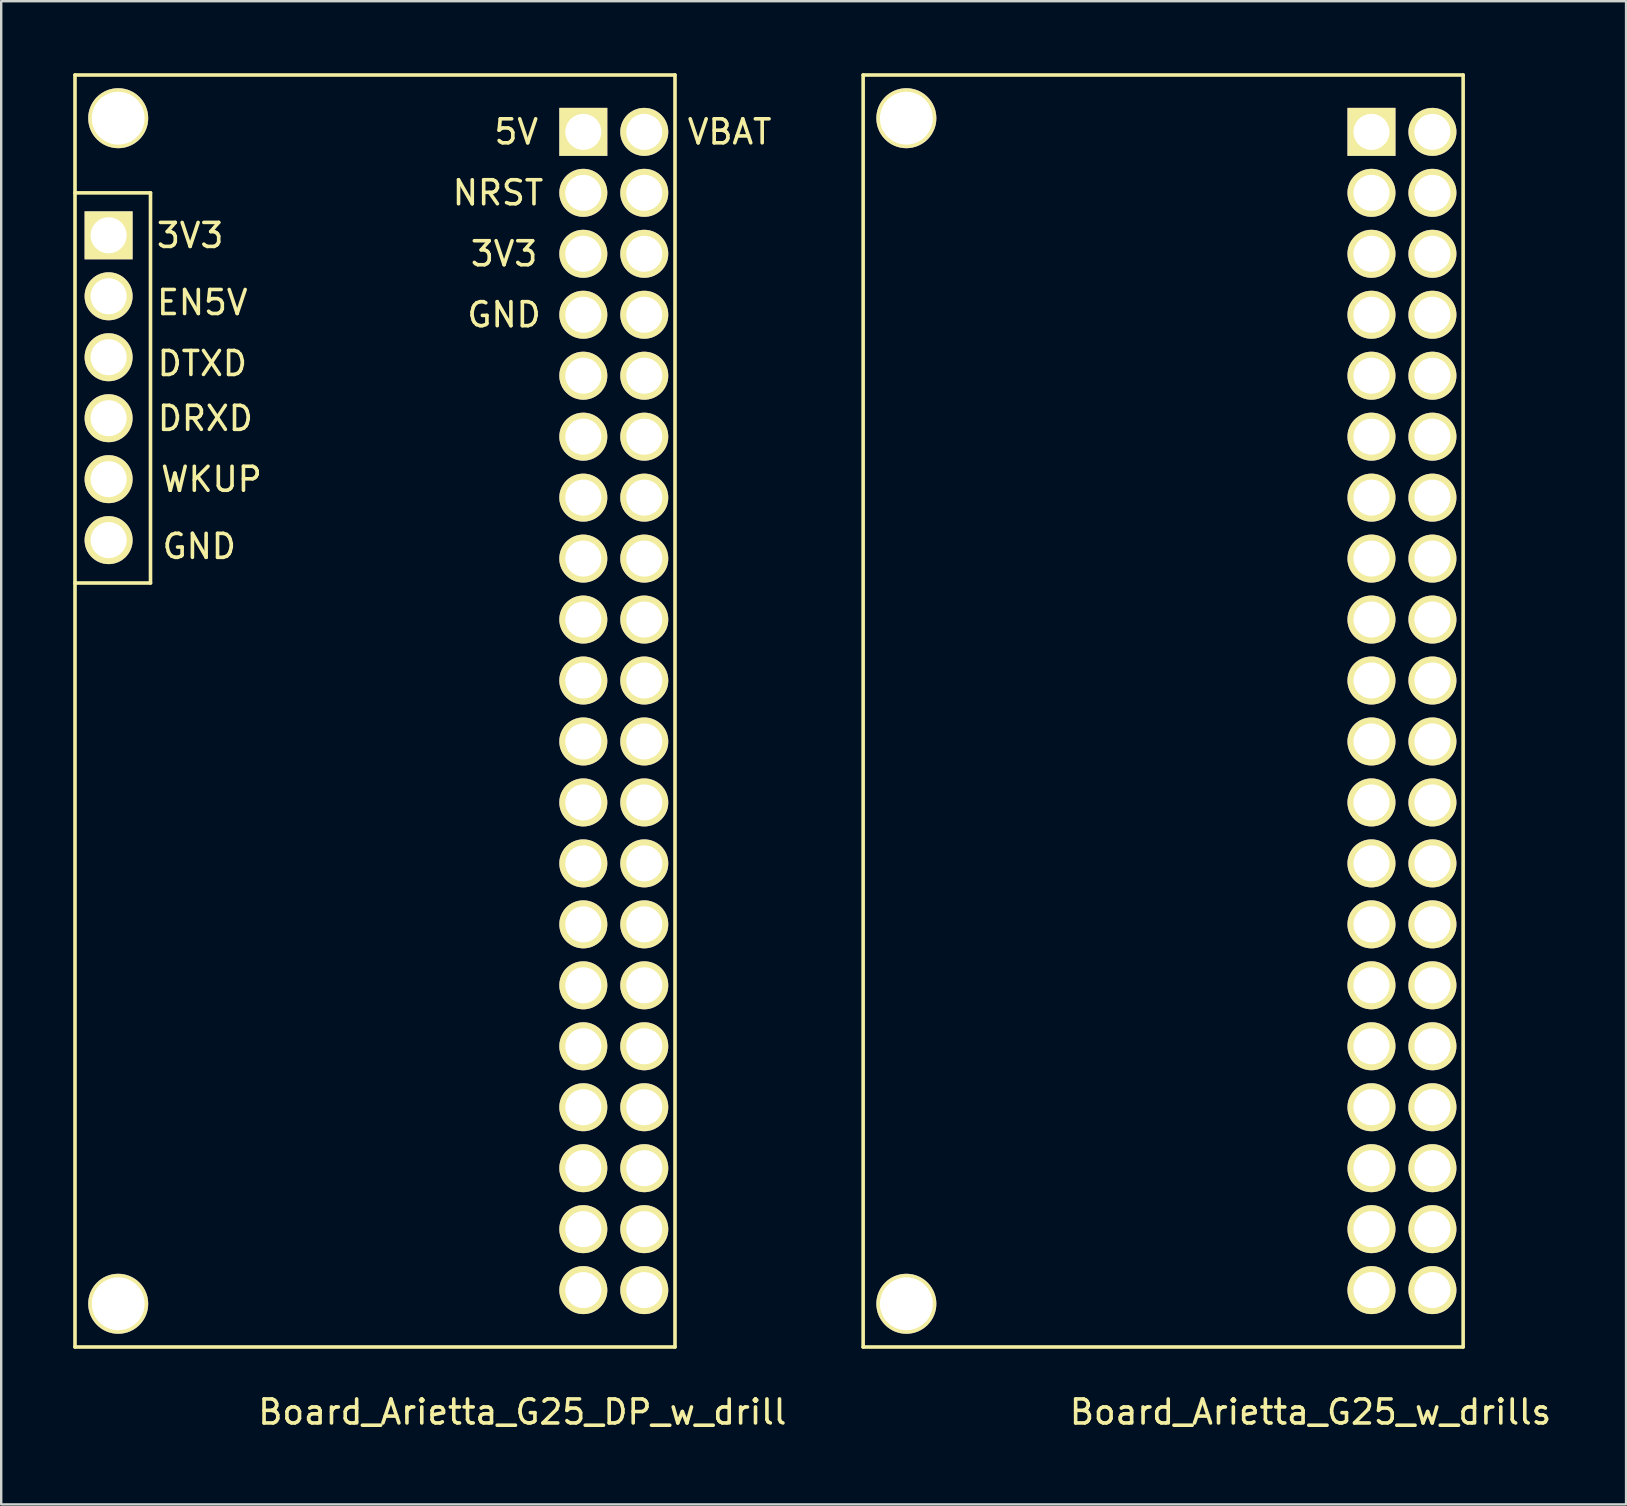
<source format=kicad_pcb>
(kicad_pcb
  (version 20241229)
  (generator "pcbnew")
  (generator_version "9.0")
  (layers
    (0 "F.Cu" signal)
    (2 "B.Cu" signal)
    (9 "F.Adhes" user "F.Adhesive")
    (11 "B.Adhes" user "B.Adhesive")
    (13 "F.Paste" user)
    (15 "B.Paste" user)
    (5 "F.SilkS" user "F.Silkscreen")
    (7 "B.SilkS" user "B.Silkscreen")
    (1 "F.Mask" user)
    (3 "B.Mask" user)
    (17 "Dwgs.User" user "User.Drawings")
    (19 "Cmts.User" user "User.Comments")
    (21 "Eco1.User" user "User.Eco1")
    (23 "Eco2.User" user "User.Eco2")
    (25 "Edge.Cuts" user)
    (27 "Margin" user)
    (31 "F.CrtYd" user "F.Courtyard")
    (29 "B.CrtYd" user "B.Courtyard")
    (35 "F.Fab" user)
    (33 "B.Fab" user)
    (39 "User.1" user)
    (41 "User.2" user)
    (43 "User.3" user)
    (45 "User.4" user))
  (footprint "Board_Arietta_G25_DP_w_drill"
    (layer "F.Cu")
    (at 11.095 25.305)
    (property "Reference" "Board_Arietta_G25_DP_w_drill" (at 7.62 30.48 0) (layer "F.SilkS") (effects (font (size 1 1) (thickness 0.15))))
    (attr through_hole)
    (fp_line (start -11.02 -25.23) (end -11.02 27.77) (stroke (width 0.15) (type solid)) (layer "F.SilkS"))
    (fp_line (start -11.02 -20.32) (end -7.874 -20.32) (stroke (width 0.15) (type solid)) (layer "F.SilkS"))
    (fp_line (start -11.02 27.77) (end 13.98 27.77) (stroke (width 0.15) (type solid)) (layer "F.SilkS"))
    (fp_line (start -7.874 -20.32) (end -7.874 -4.064) (stroke (width 0.15) (type solid)) (layer "F.SilkS"))
    (fp_line (start -7.874 -4.064) (end -11.02 -4.064) (stroke (width 0.15) (type solid)) (layer "F.SilkS"))
    (fp_line (start 13.98 -25.23) (end -11.02 -25.23) (stroke (width 0.15) (type solid)) (layer "F.SilkS"))
    (fp_line (start 13.98 -25.23) (end 13.98 27.77) (stroke (width 0.15) (type solid)) (layer "F.SilkS"))
    (fp_text user "GND" (at -5.842 -5.588 0) (layer "F.SilkS") (effects (font (size 1 1) (thickness 0.15))))
    (fp_text user "GND" (at 6.858 -15.24 0) (layer "F.SilkS") (effects (font (size 1 1) (thickness 0.15))))
    (fp_text user "NRST" (at 6.604 -20.32 0) (layer "F.SilkS") (effects (font (size 1 1) (thickness 0.15))))
    (fp_text user "DRXD" (at -5.588 -10.922 0) (layer "F.SilkS") (effects (font (size 1 1) (thickness 0.15))))
    (fp_text user "EN5V" (at -5.715 -15.748 0) (layer "F.SilkS") (effects (font (size 1 1) (thickness 0.15))))
    (fp_text user "3V3" (at 6.858 -17.78 0) (layer "F.SilkS") (effects (font (size 1 1) (thickness 0.15))))
    (fp_text user "WKUP" (at -5.334 -8.382 0) (layer "F.SilkS") (effects (font (size 1 1) (thickness 0.15))))
    (fp_text user "3V3" (at -6.223 -18.542 0) (layer "F.SilkS") (effects (font (size 1 1) (thickness 0.15))))
    (fp_text user "VBAT" (at 16.256 -22.86 0) (layer "F.SilkS") (effects (font (size 1 1) (thickness 0.15))))
    (fp_text user "5V" (at 7.366 -22.86 0) (layer "F.SilkS") (effects (font (size 1 1) (thickness 0.15))))
    (fp_text user "DTXD" (at -5.715 -13.208 0) (layer "F.SilkS") (effects (font (size 1 1) (thickness 0.15))))
    (pad "" np_thru_hole circle (at -9.22 -23.43) (size 2.5 2.5) (drill 2.2) (layers "*.Cu" "*.Mask" "F.SilkS"))
    (pad "" np_thru_hole circle (at -9.22 25.97) (size 2.5 2.5) (drill 2.2) (layers "*.Cu" "*.Mask" "F.SilkS"))
    (pad "1" thru_hole rect (at 10.16 -22.86) (size 2 2) (drill 1.5) (layers "*.Cu" "*.Mask" "F.SilkS"))
    (pad "2" thru_hole circle (at 12.7 -22.86) (size 2 2) (drill 1.5) (layers "*.Cu" "*.Mask" "F.SilkS"))
    (pad "3" thru_hole circle (at 10.16 -20.32) (size 2 2) (drill 1.5) (layers "*.Cu" "*.Mask" "F.SilkS"))
    (pad "4" thru_hole circle (at 12.7 -20.32) (size 2 2) (drill 1.5) (layers "*.Cu" "*.Mask" "F.SilkS"))
    (pad "5" thru_hole circle (at 10.16 -17.78) (size 2 2) (drill 1.5) (layers "*.Cu" "*.Mask" "F.SilkS"))
    (pad "6" thru_hole circle (at 12.7 -17.78) (size 2 2) (drill 1.5) (layers "*.Cu" "*.Mask" "F.SilkS"))
    (pad "7" thru_hole circle (at 10.16 -15.24) (size 2 2) (drill 1.5) (layers "*.Cu" "*.Mask" "F.SilkS"))
    (pad "8" thru_hole circle (at 12.7 -15.24) (size 2 2) (drill 1.5) (layers "*.Cu" "*.Mask" "F.SilkS"))
    (pad "9" thru_hole circle (at 10.16 -12.7) (size 2 2) (drill 1.5) (layers "*.Cu" "*.Mask" "F.SilkS"))
    (pad "10" thru_hole circle (at 12.7 -12.7) (size 2 2) (drill 1.5) (layers "*.Cu" "*.Mask" "F.SilkS"))
    (pad "11" thru_hole circle (at 10.16 -10.16) (size 2 2) (drill 1.5) (layers "*.Cu" "*.Mask" "F.SilkS"))
    (pad "12" thru_hole circle (at 12.7 -10.16) (size 2 2) (drill 1.5) (layers "*.Cu" "*.Mask" "F.SilkS"))
    (pad "13" thru_hole circle (at 10.16 -7.62) (size 2 2) (drill 1.5) (layers "*.Cu" "*.Mask" "F.SilkS"))
    (pad "14" thru_hole circle (at 12.7 -7.62) (size 2 2) (drill 1.5) (layers "*.Cu" "*.Mask" "F.SilkS"))
    (pad "15" thru_hole circle (at 10.16 -5.08) (size 2 2) (drill 1.5) (layers "*.Cu" "*.Mask" "F.SilkS"))
    (pad "16" thru_hole circle (at 12.7 -5.08) (size 2 2) (drill 1.5) (layers "*.Cu" "*.Mask" "F.SilkS"))
    (pad "17" thru_hole circle (at 10.16 -2.54) (size 2 2) (drill 1.5) (layers "*.Cu" "*.Mask" "F.SilkS"))
    (pad "18" thru_hole circle (at 12.7 -2.54) (size 2 2) (drill 1.5) (layers "*.Cu" "*.Mask" "F.SilkS"))
    (pad "19" thru_hole circle (at 10.16 0) (size 2 2) (drill 1.5) (layers "*.Cu" "*.Mask" "F.SilkS"))
    (pad "20" thru_hole circle (at 12.7 0) (size 2 2) (drill 1.5) (layers "*.Cu" "*.Mask" "F.SilkS"))
    (pad "21" thru_hole circle (at 10.16 2.54) (size 2 2) (drill 1.5) (layers "*.Cu" "*.Mask" "F.SilkS"))
    (pad "22" thru_hole circle (at 12.7 2.54) (size 2 2) (drill 1.5) (layers "*.Cu" "*.Mask" "F.SilkS"))
    (pad "23" thru_hole circle (at 10.16 5.08) (size 2 2) (drill 1.5) (layers "*.Cu" "*.Mask" "F.SilkS"))
    (pad "24" thru_hole circle (at 12.7 5.08) (size 2 2) (drill 1.5) (layers "*.Cu" "*.Mask" "F.SilkS"))
    (pad "25" thru_hole circle (at 10.16 7.62) (size 2 2) (drill 1.5) (layers "*.Cu" "*.Mask" "F.SilkS"))
    (pad "26" thru_hole circle (at 12.7 7.62) (size 2 2) (drill 1.5) (layers "*.Cu" "*.Mask" "F.SilkS"))
    (pad "27" thru_hole circle (at 10.16 10.16) (size 2 2) (drill 1.5) (layers "*.Cu" "*.Mask" "F.SilkS"))
    (pad "28" thru_hole circle (at 12.7 10.16) (size 2 2) (drill 1.5) (layers "*.Cu" "*.Mask" "F.SilkS"))
    (pad "29" thru_hole circle (at 10.16 12.7) (size 2 2) (drill 1.5) (layers "*.Cu" "*.Mask" "F.SilkS"))
    (pad "30" thru_hole circle (at 12.7 12.7) (size 2 2) (drill 1.5) (layers "*.Cu" "*.Mask" "F.SilkS"))
    (pad "31" thru_hole circle (at 10.16 15.24) (size 2 2) (drill 1.5) (layers "*.Cu" "*.Mask" "F.SilkS"))
    (pad "32" thru_hole circle (at 12.7 15.24) (size 2 2) (drill 1.5) (layers "*.Cu" "*.Mask" "F.SilkS"))
    (pad "33" thru_hole circle (at 10.16 17.78) (size 2 2) (drill 1.5) (layers "*.Cu" "*.Mask" "F.SilkS"))
    (pad "34" thru_hole circle (at 12.7 17.78) (size 2 2) (drill 1.5) (layers "*.Cu" "*.Mask" "F.SilkS"))
    (pad "35" thru_hole circle (at 10.16 20.32) (size 2 2) (drill 1.5) (layers "*.Cu" "*.Mask" "F.SilkS"))
    (pad "36" thru_hole circle (at 12.7 20.32) (size 2 2) (drill 1.5) (layers "*.Cu" "*.Mask" "F.SilkS"))
    (pad "37" thru_hole circle (at 10.16 22.86) (size 2 2) (drill 1.5) (layers "*.Cu" "*.Mask" "F.SilkS"))
    (pad "38" thru_hole circle (at 12.7 22.86) (size 2 2) (drill 1.5) (layers "*.Cu" "*.Mask" "F.SilkS"))
    (pad "39" thru_hole circle (at 10.16 25.4) (size 2 2) (drill 1.5) (layers "*.Cu" "*.Mask" "F.SilkS"))
    (pad "40" thru_hole circle (at 12.7 25.4) (size 2 2) (drill 1.5) (layers "*.Cu" "*.Mask" "F.SilkS"))
    (pad "DP1" thru_hole rect (at -9.62 -18.55) (size 2 2) (drill 1.5) (layers "*.Cu" "*.Mask" "F.SilkS"))
    (pad "DP2" thru_hole circle (at -9.62 -16.01) (size 2 2) (drill 1.5) (layers "*.Cu" "*.Mask" "F.SilkS"))
    (pad "DP3" thru_hole circle (at -9.62 -13.47) (size 2 2) (drill 1.5) (layers "*.Cu" "*.Mask" "F.SilkS"))
    (pad "DP4" thru_hole circle (at -9.62 -10.93) (size 2 2) (drill 1.5) (layers "*.Cu" "*.Mask" "F.SilkS"))
    (pad "DP5" thru_hole circle (at -9.62 -8.39) (size 2 2) (drill 1.5) (layers "*.Cu" "*.Mask" "F.SilkS"))
    (pad "DP6" thru_hole circle (at -9.62 -5.85) (size 2 2) (drill 1.5) (layers "*.Cu" "*.Mask" "F.SilkS")))
  (footprint "Board_Arietta_G25_w_drills"
    (layer "F.Cu")
    (at 43.935 25.305)
    (property "Reference" "Board_Arietta_G25_w_drills" (at 7.62 30.48 0) (layer "F.SilkS") (effects (font (size 1 1) (thickness 0.15))))
    (attr through_hole)
    (fp_line (start -11.02 -25.23) (end -11.02 27.77) (stroke (width 0.15) (type solid)) (layer "F.SilkS"))
    (fp_line (start -11.02 27.77) (end 13.98 27.77) (stroke (width 0.15) (type solid)) (layer "F.SilkS"))
    (fp_line (start 13.98 -25.23) (end -11.02 -25.23) (stroke (width 0.15) (type solid)) (layer "F.SilkS"))
    (fp_line (start 13.98 -25.23) (end 13.98 27.77) (stroke (width 0.15) (type solid)) (layer "F.SilkS"))
    (pad "" np_thru_hole circle (at -9.22 -23.43) (size 2.5 2.5) (drill 2.2) (layers "*.Cu" "*.Mask" "F.SilkS"))
    (pad "" np_thru_hole circle (at -9.22 25.97) (size 2.5 2.5) (drill 2.2) (layers "*.Cu" "*.Mask" "F.SilkS"))
    (pad "1" thru_hole rect (at 10.16 -22.86) (size 2 2) (drill 1.5) (layers "*.Cu" "*.Mask" "F.SilkS"))
    (pad "2" thru_hole circle (at 12.7 -22.86) (size 2 2) (drill 1.5) (layers "*.Cu" "*.Mask" "F.SilkS"))
    (pad "3" thru_hole circle (at 10.16 -20.32) (size 2 2) (drill 1.5) (layers "*.Cu" "*.Mask" "F.SilkS"))
    (pad "4" thru_hole circle (at 12.7 -20.32) (size 2 2) (drill 1.5) (layers "*.Cu" "*.Mask" "F.SilkS"))
    (pad "5" thru_hole circle (at 10.16 -17.78) (size 2 2) (drill 1.5) (layers "*.Cu" "*.Mask" "F.SilkS"))
    (pad "6" thru_hole circle (at 12.7 -17.78) (size 2 2) (drill 1.5) (layers "*.Cu" "*.Mask" "F.SilkS"))
    (pad "7" thru_hole circle (at 10.16 -15.24) (size 2 2) (drill 1.5) (layers "*.Cu" "*.Mask" "F.SilkS"))
    (pad "8" thru_hole circle (at 12.7 -15.24) (size 2 2) (drill 1.5) (layers "*.Cu" "*.Mask" "F.SilkS"))
    (pad "9" thru_hole circle (at 10.16 -12.7) (size 2 2) (drill 1.5) (layers "*.Cu" "*.Mask" "F.SilkS"))
    (pad "10" thru_hole circle (at 12.7 -12.7) (size 2 2) (drill 1.5) (layers "*.Cu" "*.Mask" "F.SilkS"))
    (pad "11" thru_hole circle (at 10.16 -10.16) (size 2 2) (drill 1.5) (layers "*.Cu" "*.Mask" "F.SilkS"))
    (pad "12" thru_hole circle (at 12.7 -10.16) (size 2 2) (drill 1.5) (layers "*.Cu" "*.Mask" "F.SilkS"))
    (pad "13" thru_hole circle (at 10.16 -7.62) (size 2 2) (drill 1.5) (layers "*.Cu" "*.Mask" "F.SilkS"))
    (pad "14" thru_hole circle (at 12.7 -7.62) (size 2 2) (drill 1.5) (layers "*.Cu" "*.Mask" "F.SilkS"))
    (pad "15" thru_hole circle (at 10.16 -5.08) (size 2 2) (drill 1.5) (layers "*.Cu" "*.Mask" "F.SilkS"))
    (pad "16" thru_hole circle (at 12.7 -5.08) (size 2 2) (drill 1.5) (layers "*.Cu" "*.Mask" "F.SilkS"))
    (pad "17" thru_hole circle (at 10.16 -2.54) (size 2 2) (drill 1.5) (layers "*.Cu" "*.Mask" "F.SilkS"))
    (pad "18" thru_hole circle (at 12.7 -2.54) (size 2 2) (drill 1.5) (layers "*.Cu" "*.Mask" "F.SilkS"))
    (pad "19" thru_hole circle (at 10.16 0) (size 2 2) (drill 1.5) (layers "*.Cu" "*.Mask" "F.SilkS"))
    (pad "20" thru_hole circle (at 12.7 0) (size 2 2) (drill 1.5) (layers "*.Cu" "*.Mask" "F.SilkS"))
    (pad "21" thru_hole circle (at 10.16 2.54) (size 2 2) (drill 1.5) (layers "*.Cu" "*.Mask" "F.SilkS"))
    (pad "22" thru_hole circle (at 12.7 2.54) (size 2 2) (drill 1.5) (layers "*.Cu" "*.Mask" "F.SilkS"))
    (pad "23" thru_hole circle (at 10.16 5.08) (size 2 2) (drill 1.5) (layers "*.Cu" "*.Mask" "F.SilkS"))
    (pad "24" thru_hole circle (at 12.7 5.08) (size 2 2) (drill 1.5) (layers "*.Cu" "*.Mask" "F.SilkS"))
    (pad "25" thru_hole circle (at 10.16 7.62) (size 2 2) (drill 1.5) (layers "*.Cu" "*.Mask" "F.SilkS"))
    (pad "26" thru_hole circle (at 12.7 7.62) (size 2 2) (drill 1.5) (layers "*.Cu" "*.Mask" "F.SilkS"))
    (pad "27" thru_hole circle (at 10.16 10.16) (size 2 2) (drill 1.5) (layers "*.Cu" "*.Mask" "F.SilkS"))
    (pad "28" thru_hole circle (at 12.7 10.16) (size 2 2) (drill 1.5) (layers "*.Cu" "*.Mask" "F.SilkS"))
    (pad "29" thru_hole circle (at 10.16 12.7) (size 2 2) (drill 1.5) (layers "*.Cu" "*.Mask" "F.SilkS"))
    (pad "30" thru_hole circle (at 12.7 12.7) (size 2 2) (drill 1.5) (layers "*.Cu" "*.Mask" "F.SilkS"))
    (pad "31" thru_hole circle (at 10.16 15.24) (size 2 2) (drill 1.5) (layers "*.Cu" "*.Mask" "F.SilkS"))
    (pad "32" thru_hole circle (at 12.7 15.24) (size 2 2) (drill 1.5) (layers "*.Cu" "*.Mask" "F.SilkS"))
    (pad "33" thru_hole circle (at 10.16 17.78) (size 2 2) (drill 1.5) (layers "*.Cu" "*.Mask" "F.SilkS"))
    (pad "34" thru_hole circle (at 12.7 17.78) (size 2 2) (drill 1.5) (layers "*.Cu" "*.Mask" "F.SilkS"))
    (pad "35" thru_hole circle (at 10.16 20.32) (size 2 2) (drill 1.5) (layers "*.Cu" "*.Mask" "F.SilkS"))
    (pad "36" thru_hole circle (at 12.7 20.32) (size 2 2) (drill 1.5) (layers "*.Cu" "*.Mask" "F.SilkS"))
    (pad "37" thru_hole circle (at 10.16 22.86) (size 2 2) (drill 1.5) (layers "*.Cu" "*.Mask" "F.SilkS"))
    (pad "38" thru_hole circle (at 12.7 22.86) (size 2 2) (drill 1.5) (layers "*.Cu" "*.Mask" "F.SilkS"))
    (pad "39" thru_hole circle (at 10.16 25.4) (size 2 2) (drill 1.5) (layers "*.Cu" "*.Mask" "F.SilkS"))
    (pad "40" thru_hole circle (at 12.7 25.4) (size 2 2) (drill 1.5) (layers "*.Cu" "*.Mask" "F.SilkS")))
  (gr_rect
    (start -3 -3)
    (end 64.704 59.633)
    (stroke (width 0.1) (type default))
    (fill no)
    (layer "Edge.Cuts")))
</source>
